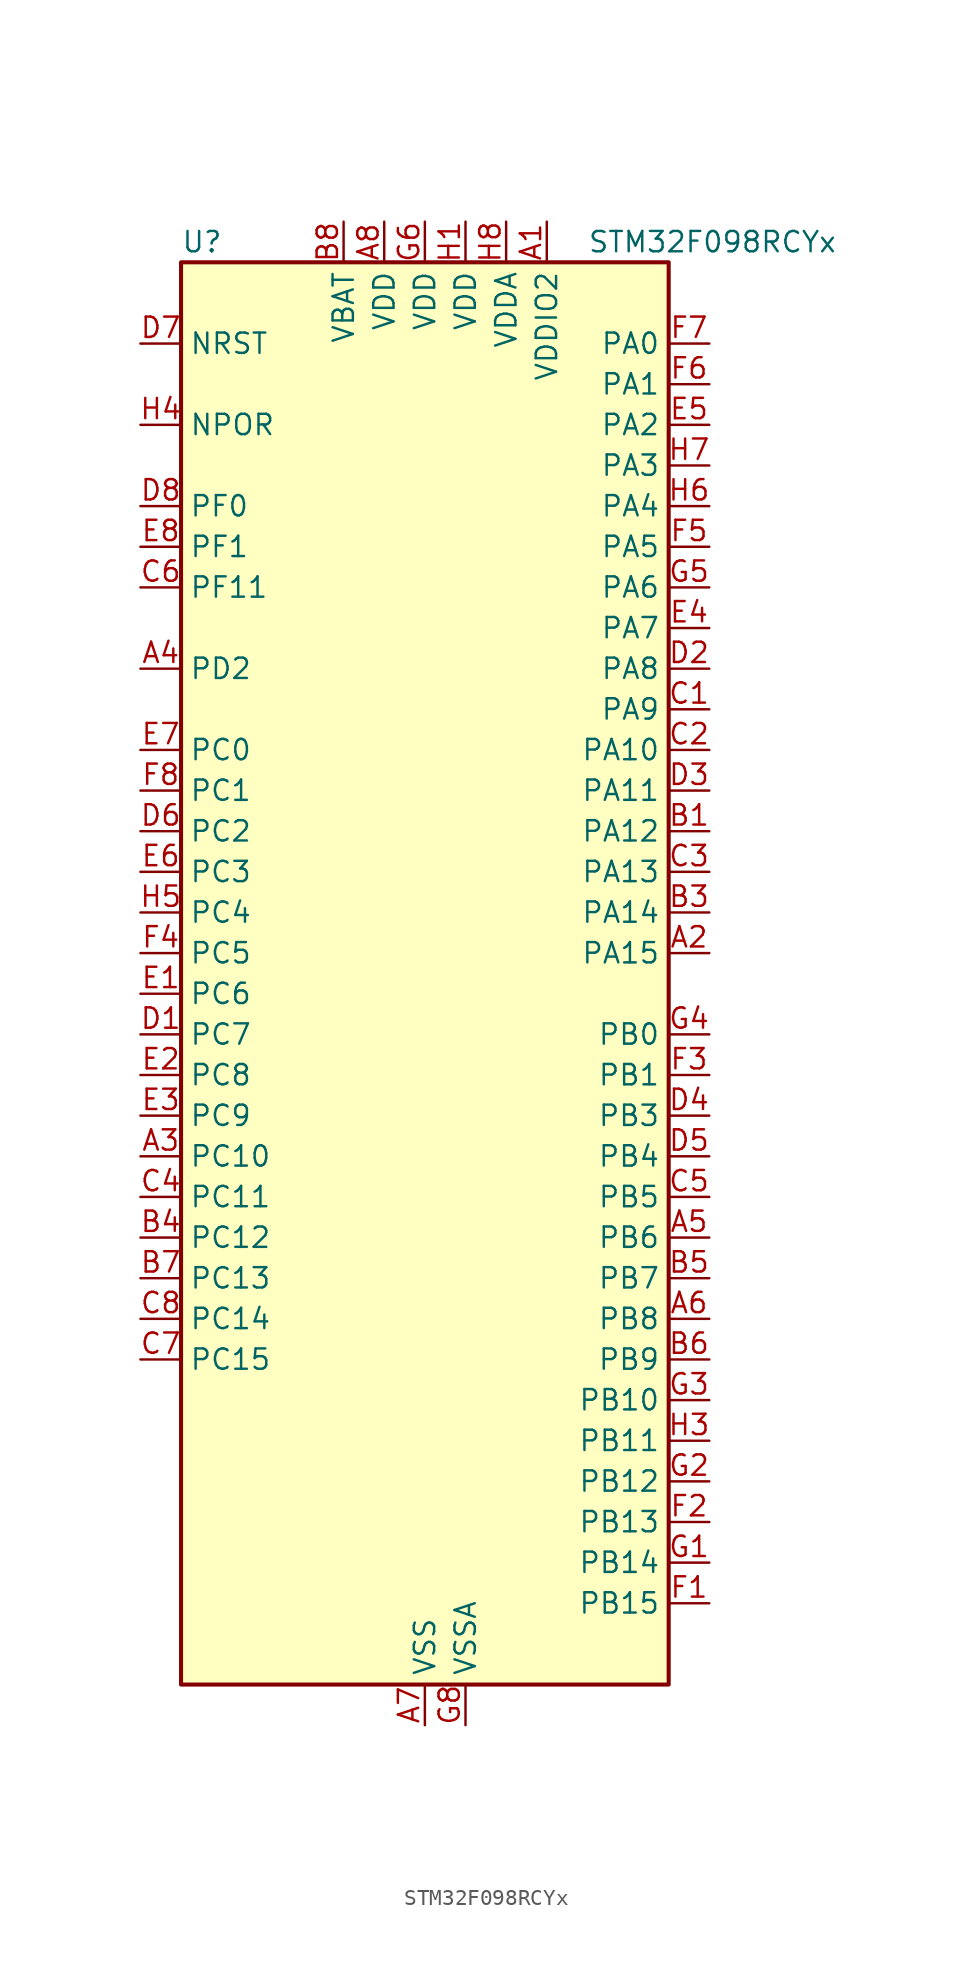
<source format=kicad_sym>
(kicad_symbol_lib
  (version 20241209)
  (generator "kicad_symbol_editor")
  (generator_version "9.0")
  (symbol "STM32F098RCYx"
    (property "Reference" "U"
      (at -15.24 46.99 0)
      (effects (font (size 1.27 1.27)) (justify left)))
    (property "Value" "STM32F098RCYx"
      (at 10.16 46.99 0)
      (effects (font (size 1.27 1.27)) (justify left)))
    (symbol "STM32F098RCYx_0_1"
      (rectangle (start -15.24 -43.18) (end 15.24 45.72) (stroke (width 0.254) (type default)) (fill (type background))))
    (symbol "STM32F098RCYx_1_1"
      (pin input line (at -17.78 40.64 0) (length 2.54) (name "NRST" (effects (font (size 1.27 1.27)))) (number "D7" (effects (font (size 1.27 1.27)))))
      (pin input line (at -17.78 35.56 0) (length 2.54) (name "NPOR" (effects (font (size 1.27 1.27)))) (number "H4" (effects (font (size 1.27 1.27)))))
      (pin bidirectional line (at -17.78 30.48 0) (length 2.54) (name "PF0" (effects (font (size 1.27 1.27)))) (number "D8" (effects (font (size 1.27 1.27)))) (alternate "CRS_SYNC" bidirectional line) (alternate "I2C1_SDA" bidirectional line) (alternate "RCC_OSC_IN" bidirectional line))
      (pin bidirectional line (at -17.78 27.94 0) (length 2.54) (name "PF1" (effects (font (size 1.27 1.27)))) (number "E8" (effects (font (size 1.27 1.27)))) (alternate "I2C1_SCL" bidirectional line) (alternate "RCC_OSC_OUT" bidirectional line))
      (pin bidirectional line (at -17.78 25.4 0) (length 2.54) (name "PF11" (effects (font (size 1.27 1.27)))) (number "C6" (effects (font (size 1.27 1.27)))))
      (pin bidirectional line (at -17.78 20.32 0) (length 2.54) (name "PD2" (effects (font (size 1.27 1.27)))) (number "A4" (effects (font (size 1.27 1.27)))) (alternate "TIM3_ETR" bidirectional line) (alternate "USART3_DE" bidirectional line) (alternate "USART3_RTS" bidirectional line) (alternate "USART5_RX" bidirectional line))
      (pin bidirectional line (at -17.78 15.24 0) (length 2.54) (name "PC0" (effects (font (size 1.27 1.27)))) (number "E7" (effects (font (size 1.27 1.27)))) (alternate "ADC_IN10" bidirectional line) (alternate "USART6_TX" bidirectional line) (alternate "USART7_TX" bidirectional line))
      (pin bidirectional line (at -17.78 12.7 0) (length 2.54) (name "PC1" (effects (font (size 1.27 1.27)))) (number "F8" (effects (font (size 1.27 1.27)))) (alternate "ADC_IN11" bidirectional line) (alternate "USART6_RX" bidirectional line) (alternate "USART7_RX" bidirectional line))
      (pin bidirectional line (at -17.78 10.16 0) (length 2.54) (name "PC2" (effects (font (size 1.27 1.27)))) (number "D6" (effects (font (size 1.27 1.27)))) (alternate "ADC_IN12" bidirectional line) (alternate "I2S2_MCK" bidirectional line) (alternate "SPI2_MISO" bidirectional line) (alternate "USART8_TX" bidirectional line))
      (pin bidirectional line (at -17.78 7.62 0) (length 2.54) (name "PC3" (effects (font (size 1.27 1.27)))) (number "E6" (effects (font (size 1.27 1.27)))) (alternate "ADC_IN13" bidirectional line) (alternate "I2S2_SD" bidirectional line) (alternate "SPI2_MOSI" bidirectional line) (alternate "USART8_RX" bidirectional line))
      (pin bidirectional line (at -17.78 5.08 0) (length 2.54) (name "PC4" (effects (font (size 1.27 1.27)))) (number "H5" (effects (font (size 1.27 1.27)))) (alternate "ADC_IN14" bidirectional line) (alternate "USART3_TX" bidirectional line))
      (pin bidirectional line (at -17.78 2.54 0) (length 2.54) (name "PC5" (effects (font (size 1.27 1.27)))) (number "F4" (effects (font (size 1.27 1.27)))) (alternate "ADC_IN15" bidirectional line) (alternate "SYS_WKUP5" bidirectional line) (alternate "TSC_G3_IO1" bidirectional line) (alternate "USART3_RX" bidirectional line))
      (pin bidirectional line (at -17.78 0 0) (length 2.54) (name "PC6" (effects (font (size 1.27 1.27)))) (number "E1" (effects (font (size 1.27 1.27)))) (alternate "TIM3_CH1" bidirectional line) (alternate "USART7_TX" bidirectional line))
      (pin bidirectional line (at -17.78 -2.54 0) (length 2.54) (name "PC7" (effects (font (size 1.27 1.27)))) (number "D1" (effects (font (size 1.27 1.27)))) (alternate "TIM3_CH2" bidirectional line) (alternate "USART7_RX" bidirectional line))
      (pin bidirectional line (at -17.78 -5.08 0) (length 2.54) (name "PC8" (effects (font (size 1.27 1.27)))) (number "E2" (effects (font (size 1.27 1.27)))) (alternate "TIM3_CH3" bidirectional line) (alternate "USART8_TX" bidirectional line))
      (pin bidirectional line (at -17.78 -7.62 0) (length 2.54) (name "PC9" (effects (font (size 1.27 1.27)))) (number "E3" (effects (font (size 1.27 1.27)))) (alternate "DAC_EXTI9" bidirectional line) (alternate "TIM3_CH4" bidirectional line) (alternate "USART8_RX" bidirectional line))
      (pin bidirectional line (at -17.78 -10.16 0) (length 2.54) (name "PC10" (effects (font (size 1.27 1.27)))) (number "A3" (effects (font (size 1.27 1.27)))) (alternate "USART3_TX" bidirectional line) (alternate "USART4_TX" bidirectional line))
      (pin bidirectional line (at -17.78 -12.7 0) (length 2.54) (name "PC11" (effects (font (size 1.27 1.27)))) (number "C4" (effects (font (size 1.27 1.27)))) (alternate "USART3_RX" bidirectional line) (alternate "USART4_RX" bidirectional line))
      (pin bidirectional line (at -17.78 -15.24 0) (length 2.54) (name "PC12" (effects (font (size 1.27 1.27)))) (number "B4" (effects (font (size 1.27 1.27)))) (alternate "USART3_CK" bidirectional line) (alternate "USART4_CK" bidirectional line) (alternate "USART5_TX" bidirectional line))
      (pin bidirectional line (at -17.78 -17.78 0) (length 2.54) (name "PC13" (effects (font (size 1.27 1.27)))) (number "B7" (effects (font (size 1.27 1.27)))) (alternate "RTC_OUT_ALARM" bidirectional line) (alternate "RTC_OUT_CALIB" bidirectional line) (alternate "RTC_TAMP1" bidirectional line) (alternate "RTC_TS" bidirectional line) (alternate "SYS_WKUP2" bidirectional line))
      (pin bidirectional line (at -17.78 -20.32 0) (length 2.54) (name "PC14" (effects (font (size 1.27 1.27)))) (number "C8" (effects (font (size 1.27 1.27)))) (alternate "RCC_OSC32_IN" bidirectional line))
      (pin bidirectional line (at -17.78 -22.86 0) (length 2.54) (name "PC15" (effects (font (size 1.27 1.27)))) (number "C7" (effects (font (size 1.27 1.27)))) (alternate "RCC_OSC32_OUT" bidirectional line))
      (pin power_in line (at -5.08 48.26 270) (length 2.54) (name "VBAT" (effects (font (size 1.27 1.27)))) (number "B8" (effects (font (size 1.27 1.27)))))
      (pin power_in line (at -2.54 48.26 270) (length 2.54) (name "VDD" (effects (font (size 1.27 1.27)))) (number "A8" (effects (font (size 1.27 1.27)))))
      (pin power_in line (at 0 48.26 270) (length 2.54) (name "VDD" (effects (font (size 1.27 1.27)))) (number "G6" (effects (font (size 1.27 1.27)))))
      (pin power_in line (at 0 -45.72 90) (length 2.54) (name "VSS" (effects (font (size 1.27 1.27)))) (number "A7" (effects (font (size 1.27 1.27)))))
      (pin passive line (at 0 -45.72 90) (length 2.54) (hide yes) (name "VSS" (effects (font (size 1.27 1.27)))) (number "B2" (effects (font (size 1.27 1.27)))))
      (pin passive line (at 0 -45.72 90) (length 2.54) (hide yes) (name "VSS" (effects (font (size 1.27 1.27)))) (number "G7" (effects (font (size 1.27 1.27)))))
      (pin passive line (at 0 -45.72 90) (length 2.54) (hide yes) (name "VSS" (effects (font (size 1.27 1.27)))) (number "H2" (effects (font (size 1.27 1.27)))))
      (pin power_in line (at 2.54 48.26 270) (length 2.54) (name "VDD" (effects (font (size 1.27 1.27)))) (number "H1" (effects (font (size 1.27 1.27)))))
      (pin power_in line (at 2.54 -45.72 90) (length 2.54) (name "VSSA" (effects (font (size 1.27 1.27)))) (number "G8" (effects (font (size 1.27 1.27)))))
      (pin power_in line (at 5.08 48.26 270) (length 2.54) (name "VDDA" (effects (font (size 1.27 1.27)))) (number "H8" (effects (font (size 1.27 1.27)))))
      (pin power_in line (at 7.62 48.26 270) (length 2.54) (name "VDDIO2" (effects (font (size 1.27 1.27)))) (number "A1" (effects (font (size 1.27 1.27)))))
      (pin bidirectional line (at 17.78 40.64 180) (length 2.54) (name "PA0" (effects (font (size 1.27 1.27)))) (number "F7" (effects (font (size 1.27 1.27)))) (alternate "ADC_IN0" bidirectional line) (alternate "COMP1_INM" bidirectional line) (alternate "COMP1_OUT" bidirectional line) (alternate "RTC_TAMP2" bidirectional line) (alternate "SYS_WKUP1" bidirectional line) (alternate "TIM2_CH1" bidirectional line) (alternate "TIM2_ETR" bidirectional line) (alternate "TSC_G1_IO1" bidirectional line) (alternate "USART2_CTS" bidirectional line) (alternate "USART4_TX" bidirectional line))
      (pin bidirectional line (at 17.78 38.1 180) (length 2.54) (name "PA1" (effects (font (size 1.27 1.27)))) (number "F6" (effects (font (size 1.27 1.27)))) (alternate "ADC_IN1" bidirectional line) (alternate "COMP1_INP" bidirectional line) (alternate "TIM15_CH1N" bidirectional line) (alternate "TIM2_CH2" bidirectional line) (alternate "TSC_G1_IO2" bidirectional line) (alternate "USART2_DE" bidirectional line) (alternate "USART2_RTS" bidirectional line) (alternate "USART4_RX" bidirectional line))
      (pin bidirectional line (at 17.78 35.56 180) (length 2.54) (name "PA2" (effects (font (size 1.27 1.27)))) (number "E5" (effects (font (size 1.27 1.27)))) (alternate "ADC_IN2" bidirectional line) (alternate "COMP2_INM" bidirectional line) (alternate "COMP2_OUT" bidirectional line) (alternate "SYS_WKUP4" bidirectional line) (alternate "TIM15_CH1" bidirectional line) (alternate "TIM2_CH3" bidirectional line) (alternate "TSC_G1_IO3" bidirectional line) (alternate "USART2_TX" bidirectional line))
      (pin bidirectional line (at 17.78 33.02 180) (length 2.54) (name "PA3" (effects (font (size 1.27 1.27)))) (number "H7" (effects (font (size 1.27 1.27)))) (alternate "ADC_IN3" bidirectional line) (alternate "COMP2_INP" bidirectional line) (alternate "TIM15_CH2" bidirectional line) (alternate "TIM2_CH4" bidirectional line) (alternate "TSC_G1_IO4" bidirectional line) (alternate "USART2_RX" bidirectional line))
      (pin bidirectional line (at 17.78 30.48 180) (length 2.54) (name "PA4" (effects (font (size 1.27 1.27)))) (number "H6" (effects (font (size 1.27 1.27)))) (alternate "ADC_IN4" bidirectional line) (alternate "COMP1_INM" bidirectional line) (alternate "COMP2_INM" bidirectional line) (alternate "DAC_OUT1" bidirectional line) (alternate "I2S1_WS" bidirectional line) (alternate "SPI1_NSS" bidirectional line) (alternate "TIM14_CH1" bidirectional line) (alternate "TSC_G2_IO1" bidirectional line) (alternate "USART2_CK" bidirectional line) (alternate "USART6_TX" bidirectional line))
      (pin bidirectional line (at 17.78 27.94 180) (length 2.54) (name "PA5" (effects (font (size 1.27 1.27)))) (number "F5" (effects (font (size 1.27 1.27)))) (alternate "ADC_IN5" bidirectional line) (alternate "CEC" bidirectional line) (alternate "COMP1_INM" bidirectional line) (alternate "COMP2_INM" bidirectional line) (alternate "DAC_OUT2" bidirectional line) (alternate "I2S1_CK" bidirectional line) (alternate "SPI1_SCK" bidirectional line) (alternate "TIM2_CH1" bidirectional line) (alternate "TIM2_ETR" bidirectional line) (alternate "TSC_G2_IO2" bidirectional line) (alternate "USART6_RX" bidirectional line))
      (pin bidirectional line (at 17.78 25.4 180) (length 2.54) (name "PA6" (effects (font (size 1.27 1.27)))) (number "G5" (effects (font (size 1.27 1.27)))) (alternate "ADC_IN6" bidirectional line) (alternate "COMP1_OUT" bidirectional line) (alternate "I2S1_MCK" bidirectional line) (alternate "SPI1_MISO" bidirectional line) (alternate "TIM16_CH1" bidirectional line) (alternate "TIM1_BKIN" bidirectional line) (alternate "TIM3_CH1" bidirectional line) (alternate "TSC_G2_IO3" bidirectional line) (alternate "USART3_CTS" bidirectional line))
      (pin bidirectional line (at 17.78 22.86 180) (length 2.54) (name "PA7" (effects (font (size 1.27 1.27)))) (number "E4" (effects (font (size 1.27 1.27)))) (alternate "ADC_IN7" bidirectional line) (alternate "COMP2_OUT" bidirectional line) (alternate "I2S1_SD" bidirectional line) (alternate "SPI1_MOSI" bidirectional line) (alternate "TIM14_CH1" bidirectional line) (alternate "TIM17_CH1" bidirectional line) (alternate "TIM1_CH1N" bidirectional line) (alternate "TIM3_CH2" bidirectional line) (alternate "TSC_G2_IO4" bidirectional line))
      (pin bidirectional line (at 17.78 20.32 180) (length 2.54) (name "PA8" (effects (font (size 1.27 1.27)))) (number "D2" (effects (font (size 1.27 1.27)))) (alternate "CRS_SYNC" bidirectional line) (alternate "RCC_MCO" bidirectional line) (alternate "TIM1_CH1" bidirectional line) (alternate "USART1_CK" bidirectional line))
      (pin bidirectional line (at 17.78 17.78 180) (length 2.54) (name "PA9" (effects (font (size 1.27 1.27)))) (number "C1" (effects (font (size 1.27 1.27)))) (alternate "DAC_EXTI9" bidirectional line) (alternate "I2C1_SCL" bidirectional line) (alternate "RCC_MCO" bidirectional line) (alternate "TIM15_BKIN" bidirectional line) (alternate "TIM1_CH2" bidirectional line) (alternate "TSC_G4_IO1" bidirectional line) (alternate "USART1_TX" bidirectional line))
      (pin bidirectional line (at 17.78 15.24 180) (length 2.54) (name "PA10" (effects (font (size 1.27 1.27)))) (number "C2" (effects (font (size 1.27 1.27)))) (alternate "I2C1_SDA" bidirectional line) (alternate "TIM17_BKIN" bidirectional line) (alternate "TIM1_CH3" bidirectional line) (alternate "TSC_G4_IO2" bidirectional line) (alternate "USART1_RX" bidirectional line))
      (pin bidirectional line (at 17.78 12.7 180) (length 2.54) (name "PA11" (effects (font (size 1.27 1.27)))) (number "D3" (effects (font (size 1.27 1.27)))) (alternate "CAN_RX" bidirectional line) (alternate "COMP1_OUT" bidirectional line) (alternate "I2C2_SCL" bidirectional line) (alternate "TIM1_CH4" bidirectional line) (alternate "TSC_G4_IO3" bidirectional line) (alternate "USART1_CTS" bidirectional line))
      (pin bidirectional line (at 17.78 10.16 180) (length 2.54) (name "PA12" (effects (font (size 1.27 1.27)))) (number "B1" (effects (font (size 1.27 1.27)))) (alternate "CAN_TX" bidirectional line) (alternate "COMP2_OUT" bidirectional line) (alternate "I2C2_SDA" bidirectional line) (alternate "TIM1_ETR" bidirectional line) (alternate "TSC_G4_IO4" bidirectional line) (alternate "USART1_DE" bidirectional line) (alternate "USART1_RTS" bidirectional line))
      (pin bidirectional line (at 17.78 7.62 180) (length 2.54) (name "PA13" (effects (font (size 1.27 1.27)))) (number "C3" (effects (font (size 1.27 1.27)))) (alternate "IR_OUT" bidirectional line) (alternate "SYS_SWDIO" bidirectional line))
      (pin bidirectional line (at 17.78 5.08 180) (length 2.54) (name "PA14" (effects (font (size 1.27 1.27)))) (number "B3" (effects (font (size 1.27 1.27)))) (alternate "SYS_SWCLK" bidirectional line) (alternate "USART2_TX" bidirectional line))
      (pin bidirectional line (at 17.78 2.54 180) (length 2.54) (name "PA15" (effects (font (size 1.27 1.27)))) (number "A2" (effects (font (size 1.27 1.27)))) (alternate "I2S1_WS" bidirectional line) (alternate "SPI1_NSS" bidirectional line) (alternate "TIM2_CH1" bidirectional line) (alternate "TIM2_ETR" bidirectional line) (alternate "USART2_RX" bidirectional line) (alternate "USART4_DE" bidirectional line) (alternate "USART4_RTS" bidirectional line))
      (pin bidirectional line (at 17.78 -2.54 180) (length 2.54) (name "PB0" (effects (font (size 1.27 1.27)))) (number "G4" (effects (font (size 1.27 1.27)))) (alternate "ADC_IN8" bidirectional line) (alternate "TIM1_CH2N" bidirectional line) (alternate "TIM3_CH3" bidirectional line) (alternate "TSC_G3_IO2" bidirectional line) (alternate "USART3_CK" bidirectional line))
      (pin bidirectional line (at 17.78 -5.08 180) (length 2.54) (name "PB1" (effects (font (size 1.27 1.27)))) (number "F3" (effects (font (size 1.27 1.27)))) (alternate "ADC_IN9" bidirectional line) (alternate "TIM14_CH1" bidirectional line) (alternate "TIM1_CH3N" bidirectional line) (alternate "TIM3_CH4" bidirectional line) (alternate "TSC_G3_IO3" bidirectional line) (alternate "USART3_DE" bidirectional line) (alternate "USART3_RTS" bidirectional line))
      (pin bidirectional line (at 17.78 -7.62 180) (length 2.54) (name "PB3" (effects (font (size 1.27 1.27)))) (number "D4" (effects (font (size 1.27 1.27)))) (alternate "I2S1_CK" bidirectional line) (alternate "SPI1_SCK" bidirectional line) (alternate "TIM2_CH2" bidirectional line) (alternate "TSC_G5_IO1" bidirectional line) (alternate "USART5_TX" bidirectional line))
      (pin bidirectional line (at 17.78 -10.16 180) (length 2.54) (name "PB4" (effects (font (size 1.27 1.27)))) (number "D5" (effects (font (size 1.27 1.27)))) (alternate "I2S1_MCK" bidirectional line) (alternate "SPI1_MISO" bidirectional line) (alternate "TIM17_BKIN" bidirectional line) (alternate "TIM3_CH1" bidirectional line) (alternate "TSC_G5_IO2" bidirectional line) (alternate "USART5_RX" bidirectional line))
      (pin bidirectional line (at 17.78 -12.7 180) (length 2.54) (name "PB5" (effects (font (size 1.27 1.27)))) (number "C5" (effects (font (size 1.27 1.27)))) (alternate "I2C1_SMBA" bidirectional line) (alternate "I2S1_SD" bidirectional line) (alternate "SPI1_MOSI" bidirectional line) (alternate "SYS_WKUP6" bidirectional line) (alternate "TIM16_BKIN" bidirectional line) (alternate "TIM3_CH2" bidirectional line) (alternate "USART5_CK" bidirectional line) (alternate "USART5_DE" bidirectional line) (alternate "USART5_RTS" bidirectional line))
      (pin bidirectional line (at 17.78 -15.24 180) (length 2.54) (name "PB6" (effects (font (size 1.27 1.27)))) (number "A5" (effects (font (size 1.27 1.27)))) (alternate "I2C1_SCL" bidirectional line) (alternate "TIM16_CH1N" bidirectional line) (alternate "TSC_G5_IO3" bidirectional line) (alternate "USART1_TX" bidirectional line))
      (pin bidirectional line (at 17.78 -17.78 180) (length 2.54) (name "PB7" (effects (font (size 1.27 1.27)))) (number "B5" (effects (font (size 1.27 1.27)))) (alternate "I2C1_SDA" bidirectional line) (alternate "TIM17_CH1N" bidirectional line) (alternate "TSC_G5_IO4" bidirectional line) (alternate "USART1_RX" bidirectional line) (alternate "USART4_CTS" bidirectional line))
      (pin bidirectional line (at 17.78 -20.32 180) (length 2.54) (name "PB8" (effects (font (size 1.27 1.27)))) (number "A6" (effects (font (size 1.27 1.27)))) (alternate "CAN_RX" bidirectional line) (alternate "CEC" bidirectional line) (alternate "I2C1_SCL" bidirectional line) (alternate "TIM16_CH1" bidirectional line) (alternate "TSC_SYNC" bidirectional line))
      (pin bidirectional line (at 17.78 -22.86 180) (length 2.54) (name "PB9" (effects (font (size 1.27 1.27)))) (number "B6" (effects (font (size 1.27 1.27)))) (alternate "CAN_TX" bidirectional line) (alternate "DAC_EXTI9" bidirectional line) (alternate "I2C1_SDA" bidirectional line) (alternate "I2S2_WS" bidirectional line) (alternate "IR_OUT" bidirectional line) (alternate "SPI2_NSS" bidirectional line) (alternate "TIM17_CH1" bidirectional line))
      (pin bidirectional line (at 17.78 -25.4 180) (length 2.54) (name "PB10" (effects (font (size 1.27 1.27)))) (number "G3" (effects (font (size 1.27 1.27)))) (alternate "CEC" bidirectional line) (alternate "I2C2_SCL" bidirectional line) (alternate "I2S2_CK" bidirectional line) (alternate "SPI2_SCK" bidirectional line) (alternate "TIM2_CH3" bidirectional line) (alternate "TSC_SYNC" bidirectional line) (alternate "USART3_TX" bidirectional line))
      (pin bidirectional line (at 17.78 -27.94 180) (length 2.54) (name "PB11" (effects (font (size 1.27 1.27)))) (number "H3" (effects (font (size 1.27 1.27)))) (alternate "I2C2_SDA" bidirectional line) (alternate "TIM2_CH4" bidirectional line) (alternate "TSC_G6_IO1" bidirectional line) (alternate "USART3_RX" bidirectional line))
      (pin bidirectional line (at 17.78 -30.48 180) (length 2.54) (name "PB12" (effects (font (size 1.27 1.27)))) (number "G2" (effects (font (size 1.27 1.27)))) (alternate "I2S2_WS" bidirectional line) (alternate "SPI2_NSS" bidirectional line) (alternate "TIM15_BKIN" bidirectional line) (alternate "TIM1_BKIN" bidirectional line) (alternate "TSC_G6_IO2" bidirectional line) (alternate "USART3_CK" bidirectional line))
      (pin bidirectional line (at 17.78 -33.02 180) (length 2.54) (name "PB13" (effects (font (size 1.27 1.27)))) (number "F2" (effects (font (size 1.27 1.27)))) (alternate "I2C2_SCL" bidirectional line) (alternate "I2S2_CK" bidirectional line) (alternate "SPI2_SCK" bidirectional line) (alternate "TIM1_CH1N" bidirectional line) (alternate "TSC_G6_IO3" bidirectional line) (alternate "USART3_CTS" bidirectional line))
      (pin bidirectional line (at 17.78 -35.56 180) (length 2.54) (name "PB14" (effects (font (size 1.27 1.27)))) (number "G1" (effects (font (size 1.27 1.27)))) (alternate "I2C2_SDA" bidirectional line) (alternate "I2S2_MCK" bidirectional line) (alternate "SPI2_MISO" bidirectional line) (alternate "TIM15_CH1" bidirectional line) (alternate "TIM1_CH2N" bidirectional line) (alternate "TSC_G6_IO4" bidirectional line) (alternate "USART3_DE" bidirectional line) (alternate "USART3_RTS" bidirectional line))
      (pin bidirectional line (at 17.78 -38.1 180) (length 2.54) (name "PB15" (effects (font (size 1.27 1.27)))) (number "F1" (effects (font (size 1.27 1.27)))) (alternate "I2S2_SD" bidirectional line) (alternate "RTC_REFIN" bidirectional line) (alternate "SPI2_MOSI" bidirectional line) (alternate "SYS_WKUP7" bidirectional line) (alternate "TIM15_CH1N" bidirectional line) (alternate "TIM15_CH2" bidirectional line) (alternate "TIM1_CH3N" bidirectional line)))))
</source>
